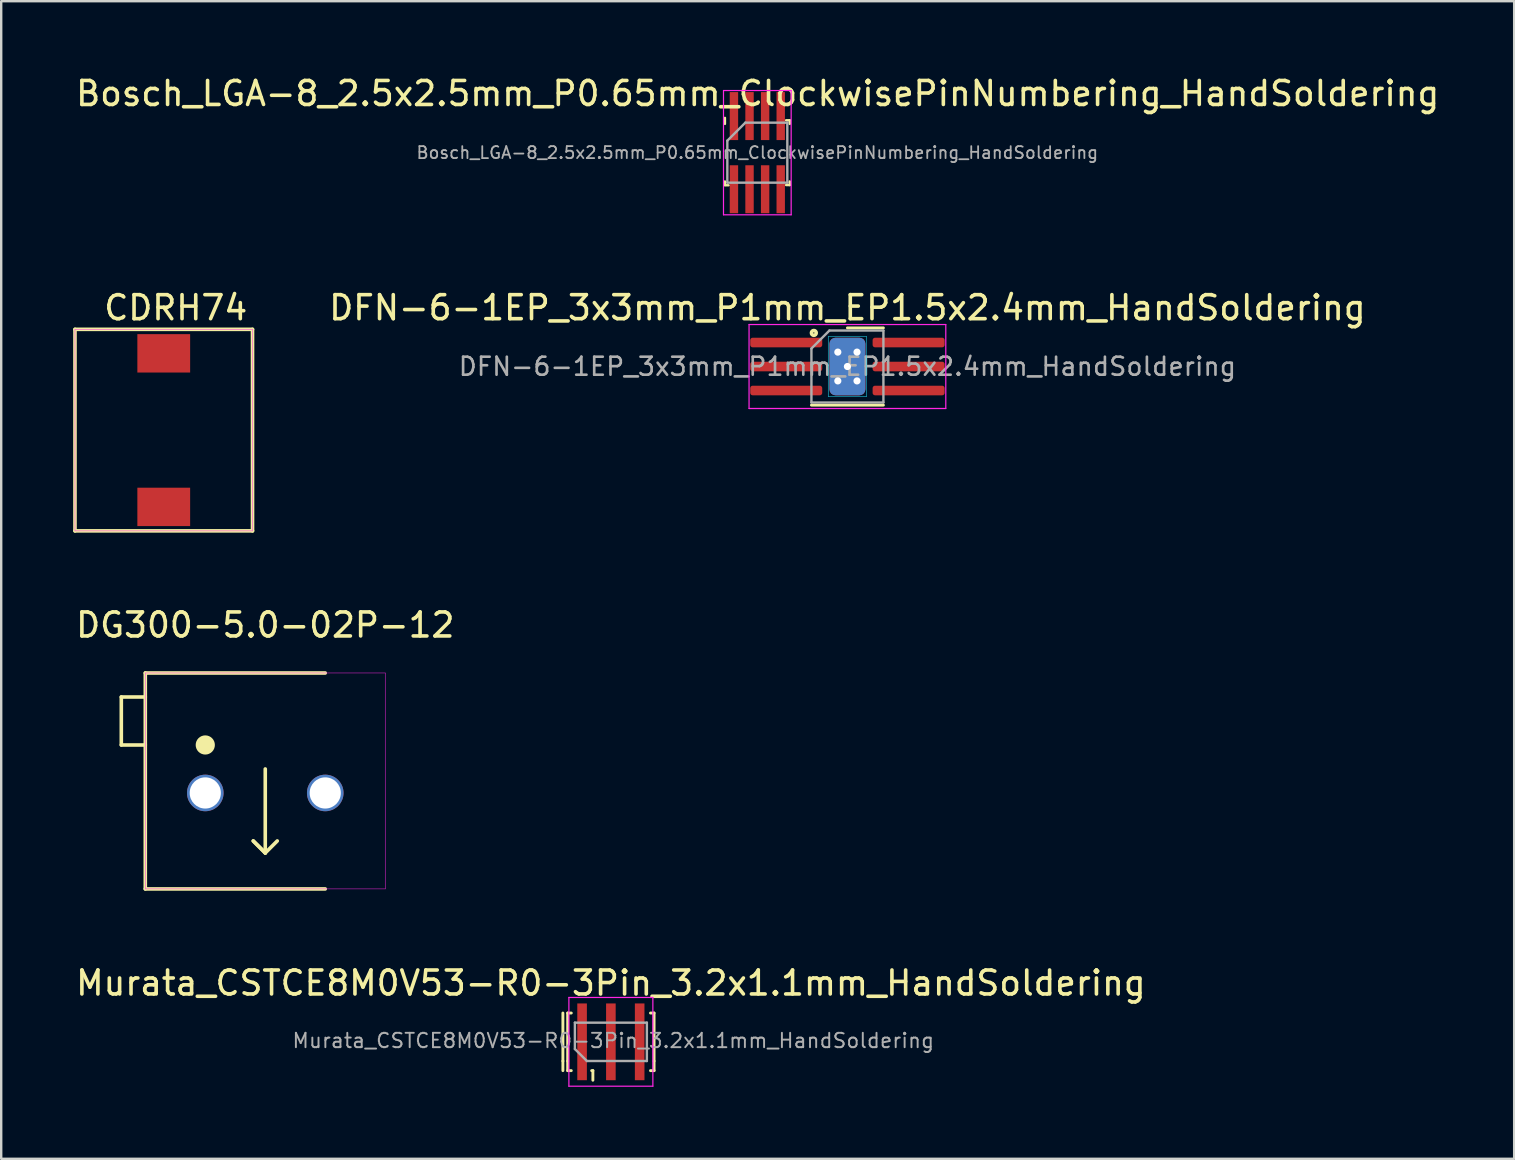
<source format=kicad_pcb>
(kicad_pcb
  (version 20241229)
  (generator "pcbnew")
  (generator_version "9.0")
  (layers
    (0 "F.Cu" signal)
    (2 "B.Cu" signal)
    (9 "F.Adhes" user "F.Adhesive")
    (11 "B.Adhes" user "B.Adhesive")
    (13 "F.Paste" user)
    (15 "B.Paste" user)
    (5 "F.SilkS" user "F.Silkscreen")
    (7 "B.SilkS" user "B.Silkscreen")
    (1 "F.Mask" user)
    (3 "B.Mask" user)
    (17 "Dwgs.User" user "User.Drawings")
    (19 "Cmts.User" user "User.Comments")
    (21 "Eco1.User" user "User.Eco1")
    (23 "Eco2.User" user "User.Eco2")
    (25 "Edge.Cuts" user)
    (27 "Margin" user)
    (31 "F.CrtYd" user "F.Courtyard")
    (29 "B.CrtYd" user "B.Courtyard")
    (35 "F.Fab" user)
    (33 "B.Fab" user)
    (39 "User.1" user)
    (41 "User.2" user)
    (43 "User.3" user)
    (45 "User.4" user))
  (footprint "Murata_CSTCE8M0V53-R0-3Pin_3.2x1.1mm_HandSoldering"
    (layer "F.Cu")
    (at 22.411 40.373)
    (property "Reference" "Murata_CSTCE8M0V53-R0-3Pin_3.2x1.1mm_HandSoldering" (at 0 -2.45 0) (layer "F.SilkS") (effects (font (size 1 1) (thickness 0.15))))
    (attr smd)
    (fp_line (start -2 -1.2) (end -2 0.8) (stroke (width 0.12) (type solid)) (layer "F.SilkS"))
    (fp_line (start -2 0.8) (end -2 1.2) (stroke (width 0.12) (type solid)) (layer "F.SilkS"))
    (fp_line (start -1.8 -1.2) (end -1.65 -1.2) (stroke (width 0.12) (type solid)) (layer "F.SilkS"))
    (fp_line (start -1.8 0.8) (end -1.8 -1.2) (stroke (width 0.12) (type solid)) (layer "F.SilkS"))
    (fp_line (start -1.8 0.8) (end -1.8 1.2) (stroke (width 0.12) (type solid)) (layer "F.SilkS"))
    (fp_line (start -1.8 1.2) (end -1.65 1.2) (stroke (width 0.12) (type solid)) (layer "F.SilkS"))
    (fp_line (start -0.75 1.2) (end -0.8 1.2) (stroke (width 0.12) (type solid)) (layer "F.SilkS"))
    (fp_line (start -0.75 1.2) (end -0.75 1.6) (stroke (width 0.12) (type solid)) (layer "F.SilkS"))
    (fp_line (start 1.8 -1.2) (end 1.65 -1.2) (stroke (width 0.12) (type solid)) (layer "F.SilkS"))
    (fp_line (start 1.8 -1.2) (end 1.8 0.8) (stroke (width 0.12) (type solid)) (layer "F.SilkS"))
    (fp_line (start 1.8 0.8) (end 1.8 1.2) (stroke (width 0.12) (type solid)) (layer "F.SilkS"))
    (fp_line (start 1.8 1.2) (end 1.65 1.2) (stroke (width 0.12) (type solid)) (layer "F.SilkS"))
    (fp_line (start -1.75 -1.85) (end 1.75 -1.85) (stroke (width 0.05) (type solid)) (layer "F.CrtYd"))
    (fp_line (start -1.75 1.85) (end -1.75 -1.85) (stroke (width 0.05) (type solid)) (layer "F.CrtYd"))
    (fp_line (start 1.75 -1.85) (end 1.75 1.85) (stroke (width 0.05) (type solid)) (layer "F.CrtYd"))
    (fp_line (start 1.75 1.85) (end -1.75 1.85) (stroke (width 0.05) (type solid)) (layer "F.CrtYd"))
    (fp_line (start -1.5 0.3) (end -1.5 -0.8) (stroke (width 0.1) (type solid)) (layer "F.Fab"))
    (fp_line (start -1 0.8) (end -1.5 0.3) (stroke (width 0.1) (type solid)) (layer "F.Fab"))
    (fp_line (start -1 0.8) (end 1.5 0.8) (stroke (width 0.1) (type solid)) (layer "F.Fab"))
    (fp_line (start 1.5 -0.8) (end -1.5 -0.8) (stroke (width 0.1) (type solid)) (layer "F.Fab"))
    (fp_line (start 1.5 0.8) (end 1.5 -0.8) (stroke (width 0.1) (type solid)) (layer "F.Fab"))
    (fp_text user "${REFERENCE}" (at 0.1 -0.05 0) (layer "F.Fab") (effects (font (size 0.6 0.6) (thickness 0.08))))
    (pad "1" smd rect (at -1.2 0) (size 0.4 3.2) (layers "F.Cu" "F.Mask" "F.Paste"))
    (pad "2" smd rect (at 0 0) (size 0.4 3.2) (layers "F.Cu" "F.Mask" "F.Paste"))
    (pad "3" smd rect (at 1.2 0) (size 0.4 3.2) (layers "F.Cu" "F.Mask" "F.Paste")))
  (footprint "DG300-5.0-02P-12"
    (layer "F.Cu")
    (at 8.006 30)
    (property "Reference" "DG300-5.0-02P-12" (at 0 -7 0) (layer "F.SilkS") (effects (font (size 1 1) (thickness 0.15))))
    (attr through_hole)
    (fp_line (start -6 -4) (end -6 -2) (stroke (width 0.15) (type solid)) (layer "F.SilkS"))
    (fp_line (start -6 -2) (end -5 -2) (stroke (width 0.15) (type solid)) (layer "F.SilkS"))
    (fp_line (start -5 -5) (end -5 4) (stroke (width 0.15) (type solid)) (layer "F.SilkS"))
    (fp_line (start -5 -5) (end 2.5 -5) (stroke (width 0.15) (type solid)) (layer "F.SilkS"))
    (fp_line (start -5 -4) (end -6 -4) (stroke (width 0.15) (type solid)) (layer "F.SilkS"))
    (fp_line (start -5 4) (end 2.5 4) (stroke (width 0.15) (type solid)) (layer "F.SilkS"))
    (fp_line (start -0.5 2) (end 0 2.5) (stroke (width 0.15) (type solid)) (layer "F.SilkS"))
    (fp_line (start 0 -1) (end 0 2.5) (stroke (width 0.15) (type solid)) (layer "F.SilkS"))
    (fp_line (start 0 2.5) (end -0.5 2) (stroke (width 0.15) (type solid)) (layer "F.SilkS"))
    (fp_line (start 0 2.5) (end 0.5 2) (stroke (width 0.15) (type solid)) (layer "F.SilkS"))
    (fp_circle (center -2.5 -2) (end -2.3 -2) (stroke (width 0.4) (type solid)) (fill no) (layer "F.SilkS"))
    (fp_line (start -5 -5) (end -5 4) (stroke (width 0.02) (type solid)) (layer "F.CrtYd"))
    (fp_line (start -5 -5) (end 5 -5) (stroke (width 0.02) (type solid)) (layer "F.CrtYd"))
    (fp_line (start -5 4) (end 5 4) (stroke (width 0.02) (type solid)) (layer "F.CrtYd"))
    (fp_line (start 5 4) (end 5 -5) (stroke (width 0.02) (type solid)) (layer "F.CrtYd"))
    (pad "1" thru_hole circle (at -2.5 0) (size 1.524 1.524) (drill 1.3) (layers "*.Cu" "*.Mask"))
    (pad "2" thru_hole circle (at 2.5 0) (size 1.524 1.524) (drill 1.3) (layers "*.Cu" "*.Mask")))
  (footprint "CDRH74"
    (layer "F.Cu")
    (at 3.775 14.877)
    (property "Reference" "CDRH74" (at 0.5 -5.1 0) (layer "F.SilkS") (effects (font (size 1 1) (thickness 0.15))))
    (attr smd)
    (fp_line (start -3.7 -4.2) (end 3.7 -4.2) (stroke (width 0.15) (type solid)) (layer "F.SilkS"))
    (fp_line (start -3.7 4.2) (end -3.7 -4.2) (stroke (width 0.15) (type solid)) (layer "F.SilkS"))
    (fp_line (start 3.7 -4.2) (end 3.7 4.2) (stroke (width 0.15) (type solid)) (layer "F.SilkS"))
    (fp_line (start 3.7 4.2) (end -3.7 4.2) (stroke (width 0.15) (type solid)) (layer "F.SilkS"))
    (fp_line (start -3.7 -4.2) (end 3.7 -4.2) (stroke (width 0.02) (type solid)) (layer "F.CrtYd"))
    (fp_line (start -3.7 4.2) (end -3.7 -4.2) (stroke (width 0.02) (type solid)) (layer "F.CrtYd"))
    (fp_line (start 3.7 -4.2) (end 3.7 4.2) (stroke (width 0.02) (type solid)) (layer "F.CrtYd"))
    (fp_line (start 3.7 4.2) (end -3.7 4.2) (stroke (width 0.02) (type solid)) (layer "F.CrtYd"))
    (pad "1" smd rect (at 0 -3.2) (size 2.2 1.6) (layers "F.Cu" "F.Mask" "F.Paste"))
    (pad "2" smd rect (at 0 3.2) (size 2.2 1.6) (layers "F.Cu" "F.Mask" "F.Paste")))
  (footprint "Bosch_LGA-8_2.5x2.5mm_P0.65mm_ClockwisePinNumbering_HandSoldering"
    (layer "F.Cu")
    (at 28.515 3.313)
    (property "Reference" "Bosch_LGA-8_2.5x2.5mm_P0.65mm_ClockwisePinNumbering_HandSoldering" (at 0.015 -2.465 0) (layer "F.SilkS") (effects (font (size 1 1) (thickness 0.15))))
    (attr smd)
    (fp_line (start -1.35 -1.2) (end -1.35 -1.45) (stroke (width 0.1) (type solid)) (layer "F.SilkS"))
    (fp_line (start -1.35 1.35) (end -1.35 1.2) (stroke (width 0.1) (type solid)) (layer "F.SilkS"))
    (fp_line (start -1.35 1.36) (end -1.2 1.36) (stroke (width 0.1) (type solid)) (layer "F.SilkS"))
    (fp_line (start 1.2 -1.35) (end 1.35 -1.35) (stroke (width 0.1) (type solid)) (layer "F.SilkS"))
    (fp_line (start 1.35 -1.35) (end 1.35 -1.2) (stroke (width 0.1) (type solid)) (layer "F.SilkS"))
    (fp_line (start 1.35 1.35) (end 1.2 1.35) (stroke (width 0.1) (type solid)) (layer "F.SilkS"))
    (fp_line (start 1.35 1.35) (end 1.35 1.2) (stroke (width 0.1) (type solid)) (layer "F.SilkS"))
    (fp_line (start -1.41 -2.59) (end 1.41 -2.59) (stroke (width 0.05) (type solid)) (layer "F.CrtYd"))
    (fp_line (start -1.41 2.59) (end -1.41 -2.59) (stroke (width 0.05) (type solid)) (layer "F.CrtYd"))
    (fp_line (start 1.41 -2.59) (end 1.41 2.59) (stroke (width 0.05) (type solid)) (layer "F.CrtYd"))
    (fp_line (start 1.41 2.59) (end -1.41 2.59) (stroke (width 0.05) (type solid)) (layer "F.CrtYd"))
    (fp_line (start -1.25 -0.5) (end -0.5 -1.25) (stroke (width 0.1) (type solid)) (layer "F.Fab"))
    (fp_line (start -1.25 1.25) (end -1.25 -0.5) (stroke (width 0.1) (type solid)) (layer "F.Fab"))
    (fp_line (start -0.5 -1.25) (end 1.25 -1.25) (stroke (width 0.1) (type solid)) (layer "F.Fab"))
    (fp_line (start 1.25 -1.25) (end 1.25 1.25) (stroke (width 0.1) (type solid)) (layer "F.Fab"))
    (fp_line (start 1.25 1.25) (end -1.25 1.25) (stroke (width 0.1) (type solid)) (layer "F.Fab"))
    (fp_text user "${REFERENCE}" (at 0 0 180) (layer "F.Fab") (effects (font (size 0.5 0.5) (thickness 0.075))))
    (pad "1" smd rect (at -0.975 -1.525 90) (size 2 0.35) (layers "F.Cu" "F.Mask" "F.Paste"))
    (pad "2" smd rect (at -0.325 -1.525 90) (size 2 0.35) (layers "F.Cu" "F.Mask" "F.Paste"))
    (pad "3" smd rect (at 0.325 -1.525 90) (size 2 0.35) (layers "F.Cu" "F.Mask" "F.Paste"))
    (pad "4" smd rect (at 0.975 -1.525 90) (size 2 0.35) (layers "F.Cu" "F.Mask" "F.Paste"))
    (pad "5" smd rect (at 0.975 1.525 90) (size 2 0.35) (layers "F.Cu" "F.Mask" "F.Paste"))
    (pad "6" smd rect (at 0.325 1.525 90) (size 2 0.35) (layers "F.Cu" "F.Mask" "F.Paste"))
    (pad "7" smd rect (at -0.325 1.525 90) (size 2 0.35) (layers "F.Cu" "F.Mask" "F.Paste"))
    (pad "8" smd rect (at -0.975 1.525 90) (size 2 0.35) (layers "F.Cu" "F.Mask" "F.Paste")))
  (footprint "DFN-6-1EP_3x3mm_P1mm_EP1.5x2.4mm_HandSoldering"
    (layer "F.Cu")
    (at 32.27 12.226)
    (property "Reference" "DFN-6-1EP_3x3mm_P1mm_EP1.5x2.4mm_HandSoldering" (at 0 -2.45 0) (layer "F.SilkS") (effects (font (size 1 1) (thickness 0.15))))
    (attr smd)
    (fp_line (start -1.5 1.61) (end 1.5 1.61) (stroke (width 0.12) (type solid)) (layer "F.SilkS"))
    (fp_line (start 0 -1.61) (end 1.5 -1.61) (stroke (width 0.12) (type solid)) (layer "F.SilkS"))
    (fp_circle (center -1.4 -1.4) (end -1.3 -1.4) (stroke (width 0.15) (type solid)) (fill no) (layer "F.SilkS"))
    (fp_line (start -0.8 -1.25) (end 0.8 -1.25) (stroke (width 0.02) (type solid)) (layer "B.CrtYd"))
    (fp_line (start -0.8 1.25) (end -0.8 -1.25) (stroke (width 0.02) (type solid)) (layer "B.CrtYd"))
    (fp_line (start 0.8 -1.25) (end 0.8 1.25) (stroke (width 0.02) (type solid)) (layer "B.CrtYd"))
    (fp_line (start 0.8 1.25) (end -0.8 1.25) (stroke (width 0.02) (type solid)) (layer "B.CrtYd"))
    (fp_line (start -4.1 -1.75) (end -4.1 1.75) (stroke (width 0.05) (type solid)) (layer "F.CrtYd"))
    (fp_line (start -4.1 1.75) (end 4.1 1.75) (stroke (width 0.05) (type solid)) (layer "F.CrtYd"))
    (fp_line (start 4.1 -1.75) (end -4.1 -1.75) (stroke (width 0.05) (type solid)) (layer "F.CrtYd"))
    (fp_line (start 4.1 1.75) (end 4.1 -1.75) (stroke (width 0.05) (type solid)) (layer "F.CrtYd"))
    (fp_line (start -1.5 -0.75) (end -0.75 -1.5) (stroke (width 0.1) (type solid)) (layer "F.Fab"))
    (fp_line (start -1.5 1.5) (end -1.5 -0.75) (stroke (width 0.1) (type solid)) (layer "F.Fab"))
    (fp_line (start -0.75 -1.5) (end 1.5 -1.5) (stroke (width 0.1) (type solid)) (layer "F.Fab"))
    (fp_line (start 1.5 -1.5) (end 1.5 1.5) (stroke (width 0.1) (type solid)) (layer "F.Fab"))
    (fp_line (start 1.5 1.5) (end -1.5 1.5) (stroke (width 0.1) (type solid)) (layer "F.Fab"))
    (fp_text user "${REFERENCE}" (at 0 0 0) (layer "F.Fab") (effects (font (size 0.75 0.75) (thickness 0.11))))
    (pad "" smd roundrect (at -0.375 -0.6) (size 0.6 0.97) (layers "F.Paste") (roundrect_rratio 0.25))
    (pad "" smd roundrect (at -0.375 0.6) (size 0.6 0.97) (layers "F.Paste") (roundrect_rratio 0.25))
    (pad "" smd roundrect (at 0.375 -0.6) (size 0.6 0.97) (layers "F.Paste") (roundrect_rratio 0.25))
    (pad "" smd roundrect (at 0.375 0.6) (size 0.6 0.97) (layers "F.Paste") (roundrect_rratio 0.25))
    (pad "1" smd roundrect (at -2.55 -1) (size 3 0.4) (layers "F.Cu" "F.Mask" "F.Paste") (roundrect_rratio 0.25))
    (pad "2" smd roundrect (at -2.55 0) (size 3 0.4) (layers "F.Cu" "F.Mask" "F.Paste") (roundrect_rratio 0.25))
    (pad "3" smd roundrect (at -2.55 1) (size 3 0.4) (layers "F.Cu" "F.Mask" "F.Paste") (roundrect_rratio 0.25))
    (pad "4" smd roundrect (at 2.55 1) (size 3 0.4) (layers "F.Cu" "F.Mask" "F.Paste") (roundrect_rratio 0.25))
    (pad "5" smd roundrect (at 2.55 0) (size 3 0.4) (layers "F.Cu" "F.Mask" "F.Paste") (roundrect_rratio 0.25))
    (pad "6" smd roundrect (at 2.55 -1) (size 3 0.4) (layers "F.Cu" "F.Mask" "F.Paste") (roundrect_rratio 0.25))
    (pad "7" thru_hole circle (at -0.4 -0.6) (size 0.5 0.5) (drill 0.3) (layers "*.Cu" "*.Mask"))
    (pad "7" thru_hole circle (at -0.4 0.6) (size 0.5 0.5) (drill 0.3) (layers "*.Cu" "*.Mask"))
    (pad "7" thru_hole circle (at 0 0) (size 0.5 0.5) (drill 0.3) (layers "*.Cu" "*.Mask"))
    (pad "7" smd roundrect (at 0 0) (size 1.5 2.4) (layers "F.Cu" "F.Mask") (roundrect_rratio 0.167))
    (pad "7" smd roundrect (at 0 0) (size 1.5 2.4) (layers "F.Mask" "B.Cu") (roundrect_rratio 0.167))
    (pad "7" thru_hole circle (at 0.4 -0.6) (size 0.5 0.5) (drill 0.3) (layers "*.Cu" "*.Mask"))
    (pad "7" thru_hole circle (at 0.4 0.6) (size 0.5 0.5) (drill 0.3) (layers "*.Cu" "*.Mask")))
  (gr_rect
    (start -3 -3)
    (end 60.06 45.248)
    (stroke (width 0.1) (type default))
    (fill no)
    (layer "Edge.Cuts")))
</source>
